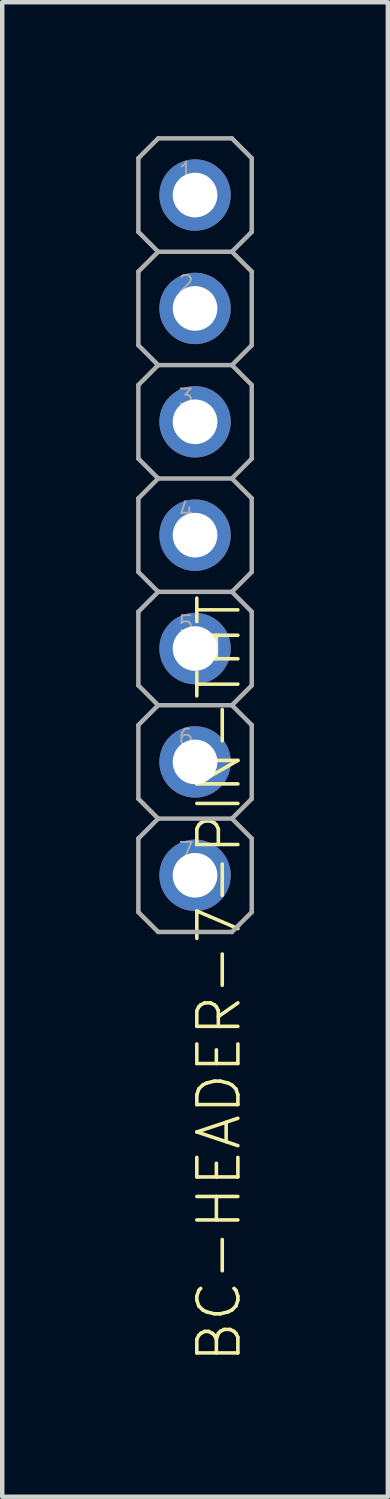
<source format=kicad_pcb>
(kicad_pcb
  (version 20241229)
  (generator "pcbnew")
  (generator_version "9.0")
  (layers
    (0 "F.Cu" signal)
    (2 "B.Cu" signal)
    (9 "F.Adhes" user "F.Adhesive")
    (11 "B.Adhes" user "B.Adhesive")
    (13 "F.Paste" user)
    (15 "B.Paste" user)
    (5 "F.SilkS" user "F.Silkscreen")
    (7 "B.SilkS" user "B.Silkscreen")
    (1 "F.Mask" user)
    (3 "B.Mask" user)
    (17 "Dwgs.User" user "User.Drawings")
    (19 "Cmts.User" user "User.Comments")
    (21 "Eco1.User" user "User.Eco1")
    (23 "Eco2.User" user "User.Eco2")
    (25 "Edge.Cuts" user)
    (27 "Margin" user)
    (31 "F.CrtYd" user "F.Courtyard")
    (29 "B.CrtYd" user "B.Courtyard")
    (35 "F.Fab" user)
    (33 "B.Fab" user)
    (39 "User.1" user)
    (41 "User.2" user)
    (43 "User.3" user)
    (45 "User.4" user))
  (footprint "BC-HEADER-7-PIN-THT"
    (layer "F.Cu")
    (at 1.32 7.67)
    (property "Reference" "BC-HEADER-7-PIN-THT" (at 0 2.54 90) (unlocked yes) (layer "F.SilkS") (effects (font (size 0.92 0.92) (thickness 0.08)) (justify right top)))
    (fp_line (start -1.27 -7.176) (end -1.27 -5.524) (stroke (width 0.1) (type solid)) (layer "F.Fab"))
    (fp_line (start -1.27 -5.524) (end -0.826 -5.08) (stroke (width 0.1) (type solid)) (layer "F.Fab"))
    (fp_line (start -1.27 -4.636) (end -1.27 -2.985) (stroke (width 0.1) (type solid)) (layer "F.Fab"))
    (fp_line (start -1.27 -2.985) (end -0.826 -2.54) (stroke (width 0.1) (type solid)) (layer "F.Fab"))
    (fp_line (start -1.27 -2.095) (end -1.27 -0.445) (stroke (width 0.1) (type solid)) (layer "F.Fab"))
    (fp_line (start -1.27 -0.445) (end -0.826 0) (stroke (width 0.1) (type solid)) (layer "F.Fab"))
    (fp_line (start -1.27 0.445) (end -1.27 2.095) (stroke (width 0.1) (type solid)) (layer "F.Fab"))
    (fp_line (start -1.27 2.095) (end -0.826 2.54) (stroke (width 0.1) (type solid)) (layer "F.Fab"))
    (fp_line (start -1.27 2.985) (end -1.27 4.636) (stroke (width 0.1) (type solid)) (layer "F.Fab"))
    (fp_line (start -1.27 4.636) (end -0.826 5.08) (stroke (width 0.1) (type solid)) (layer "F.Fab"))
    (fp_line (start -1.27 5.524) (end -1.27 7.176) (stroke (width 0.1) (type solid)) (layer "F.Fab"))
    (fp_line (start -1.27 7.176) (end -0.826 7.62) (stroke (width 0.1) (type solid)) (layer "F.Fab"))
    (fp_line (start -1.27 8.065) (end -1.27 9.716) (stroke (width 0.1) (type solid)) (layer "F.Fab"))
    (fp_line (start -1.27 9.716) (end -0.826 10.16) (stroke (width 0.1) (type solid)) (layer "F.Fab"))
    (fp_line (start -0.826 -7.62) (end -1.27 -7.176) (stroke (width 0.1) (type solid)) (layer "F.Fab"))
    (fp_line (start -0.826 -7.62) (end 0.826 -7.62) (stroke (width 0.1) (type solid)) (layer "F.Fab"))
    (fp_line (start -0.826 -5.08) (end -1.27 -4.636) (stroke (width 0.1) (type solid)) (layer "F.Fab"))
    (fp_line (start -0.826 -5.08) (end 0.826 -5.08) (stroke (width 0.1) (type solid)) (layer "F.Fab"))
    (fp_line (start -0.826 -2.54) (end -1.27 -2.095) (stroke (width 0.1) (type solid)) (layer "F.Fab"))
    (fp_line (start -0.826 -2.54) (end 0.826 -2.54) (stroke (width 0.1) (type solid)) (layer "F.Fab"))
    (fp_line (start -0.826 0) (end -1.27 0.445) (stroke (width 0.1) (type solid)) (layer "F.Fab"))
    (fp_line (start -0.826 0) (end 0.826 0) (stroke (width 0.1) (type solid)) (layer "F.Fab"))
    (fp_line (start -0.826 2.54) (end -1.27 2.985) (stroke (width 0.1) (type solid)) (layer "F.Fab"))
    (fp_line (start -0.826 2.54) (end 0.826 2.54) (stroke (width 0.1) (type solid)) (layer "F.Fab"))
    (fp_line (start -0.826 5.08) (end -1.27 5.524) (stroke (width 0.1) (type solid)) (layer "F.Fab"))
    (fp_line (start -0.826 5.08) (end 0.826 5.08) (stroke (width 0.1) (type solid)) (layer "F.Fab"))
    (fp_line (start -0.826 7.62) (end -1.27 8.065) (stroke (width 0.1) (type solid)) (layer "F.Fab"))
    (fp_line (start -0.826 7.62) (end 0.826 7.62) (stroke (width 0.1) (type solid)) (layer "F.Fab"))
    (fp_line (start -0.826 10.16) (end 0.826 10.16) (stroke (width 0.1) (type solid)) (layer "F.Fab"))
    (fp_line (start -0.31 -6.66) (end -0.31 -6.04) (stroke (width 0.1) (type solid)) (layer "F.Fab"))
    (fp_line (start -0.31 -6.04) (end 0.31 -6.04) (stroke (width 0.1) (type solid)) (layer "F.Fab"))
    (fp_line (start -0.31 -4.12) (end -0.31 -3.5) (stroke (width 0.1) (type solid)) (layer "F.Fab"))
    (fp_line (start -0.31 -3.5) (end 0.31 -3.5) (stroke (width 0.1) (type solid)) (layer "F.Fab"))
    (fp_line (start -0.31 -1.58) (end -0.31 -0.96) (stroke (width 0.1) (type solid)) (layer "F.Fab"))
    (fp_line (start -0.31 -0.96) (end 0.31 -0.96) (stroke (width 0.1) (type solid)) (layer "F.Fab"))
    (fp_line (start -0.31 0.96) (end -0.31 1.58) (stroke (width 0.1) (type solid)) (layer "F.Fab"))
    (fp_line (start -0.31 1.58) (end 0.31 1.58) (stroke (width 0.1) (type solid)) (layer "F.Fab"))
    (fp_line (start -0.31 3.5) (end -0.31 4.12) (stroke (width 0.1) (type solid)) (layer "F.Fab"))
    (fp_line (start -0.31 4.12) (end 0.31 4.12) (stroke (width 0.1) (type solid)) (layer "F.Fab"))
    (fp_line (start -0.31 6.04) (end -0.31 6.66) (stroke (width 0.1) (type solid)) (layer "F.Fab"))
    (fp_line (start -0.31 6.66) (end 0.31 6.66) (stroke (width 0.1) (type solid)) (layer "F.Fab"))
    (fp_line (start -0.31 8.58) (end -0.31 9.2) (stroke (width 0.1) (type solid)) (layer "F.Fab"))
    (fp_line (start -0.31 9.2) (end 0.31 9.2) (stroke (width 0.1) (type solid)) (layer "F.Fab"))
    (fp_line (start 0.31 -6.66) (end -0.31 -6.66) (stroke (width 0.1) (type solid)) (layer "F.Fab"))
    (fp_line (start 0.31 -6.04) (end 0.31 -6.66) (stroke (width 0.1) (type solid)) (layer "F.Fab"))
    (fp_line (start 0.31 -4.12) (end -0.31 -4.12) (stroke (width 0.1) (type solid)) (layer "F.Fab"))
    (fp_line (start 0.31 -3.5) (end 0.31 -4.12) (stroke (width 0.1) (type solid)) (layer "F.Fab"))
    (fp_line (start 0.31 -1.58) (end -0.31 -1.58) (stroke (width 0.1) (type solid)) (layer "F.Fab"))
    (fp_line (start 0.31 -0.96) (end 0.31 -1.58) (stroke (width 0.1) (type solid)) (layer "F.Fab"))
    (fp_line (start 0.31 0.96) (end -0.31 0.96) (stroke (width 0.1) (type solid)) (layer "F.Fab"))
    (fp_line (start 0.31 1.58) (end 0.31 0.96) (stroke (width 0.1) (type solid)) (layer "F.Fab"))
    (fp_line (start 0.31 3.5) (end -0.31 3.5) (stroke (width 0.1) (type solid)) (layer "F.Fab"))
    (fp_line (start 0.31 4.12) (end 0.31 3.5) (stroke (width 0.1) (type solid)) (layer "F.Fab"))
    (fp_line (start 0.31 6.04) (end -0.31 6.04) (stroke (width 0.1) (type solid)) (layer "F.Fab"))
    (fp_line (start 0.31 6.66) (end 0.31 6.04) (stroke (width 0.1) (type solid)) (layer "F.Fab"))
    (fp_line (start 0.31 8.58) (end -0.31 8.58) (stroke (width 0.1) (type solid)) (layer "F.Fab"))
    (fp_line (start 0.31 9.2) (end 0.31 8.58) (stroke (width 0.1) (type solid)) (layer "F.Fab"))
    (fp_line (start 0.826 -5.08) (end 1.27 -5.524) (stroke (width 0.1) (type solid)) (layer "F.Fab"))
    (fp_line (start 0.826 -2.54) (end 1.27 -2.985) (stroke (width 0.1) (type solid)) (layer "F.Fab"))
    (fp_line (start 0.826 0) (end 1.27 -0.445) (stroke (width 0.1) (type solid)) (layer "F.Fab"))
    (fp_line (start 0.826 2.54) (end 1.27 2.095) (stroke (width 0.1) (type solid)) (layer "F.Fab"))
    (fp_line (start 0.826 5.08) (end 1.27 4.636) (stroke (width 0.1) (type solid)) (layer "F.Fab"))
    (fp_line (start 0.826 7.62) (end 1.27 7.176) (stroke (width 0.1) (type solid)) (layer "F.Fab"))
    (fp_line (start 0.826 10.16) (end 1.27 9.716) (stroke (width 0.1) (type solid)) (layer "F.Fab"))
    (fp_line (start 1.27 -7.176) (end 0.826 -7.62) (stroke (width 0.1) (type solid)) (layer "F.Fab"))
    (fp_line (start 1.27 -5.524) (end 1.27 -7.176) (stroke (width 0.1) (type solid)) (layer "F.Fab"))
    (fp_line (start 1.27 -4.636) (end 0.826 -5.08) (stroke (width 0.1) (type solid)) (layer "F.Fab"))
    (fp_line (start 1.27 -2.985) (end 1.27 -4.636) (stroke (width 0.1) (type solid)) (layer "F.Fab"))
    (fp_line (start 1.27 -2.095) (end 0.826 -2.54) (stroke (width 0.1) (type solid)) (layer "F.Fab"))
    (fp_line (start 1.27 -0.445) (end 1.27 -2.095) (stroke (width 0.1) (type solid)) (layer "F.Fab"))
    (fp_line (start 1.27 0.445) (end 0.826 0) (stroke (width 0.1) (type solid)) (layer "F.Fab"))
    (fp_line (start 1.27 2.095) (end 1.27 0.445) (stroke (width 0.1) (type solid)) (layer "F.Fab"))
    (fp_line (start 1.27 2.985) (end 0.826 2.54) (stroke (width 0.1) (type solid)) (layer "F.Fab"))
    (fp_line (start 1.27 4.636) (end 1.27 2.985) (stroke (width 0.1) (type solid)) (layer "F.Fab"))
    (fp_line (start 1.27 5.524) (end 0.826 5.08) (stroke (width 0.1) (type solid)) (layer "F.Fab"))
    (fp_line (start 1.27 7.176) (end 1.27 5.524) (stroke (width 0.1) (type solid)) (layer "F.Fab"))
    (fp_line (start 1.27 8.065) (end 0.826 7.62) (stroke (width 0.1) (type solid)) (layer "F.Fab"))
    (fp_line (start 1.27 9.716) (end 1.27 8.065) (stroke (width 0.1) (type solid)) (layer "F.Fab"))
    (fp_text user "6" (at 0 5.588 0) (layer "F.Fab") (effects (font (size 0.366 0.366) (thickness 0.041)) (justify right top)))
    (fp_text user "7" (at 0 8.128 0) (layer "F.Fab") (effects (font (size 0.366 0.366) (thickness 0.041)) (justify right top)))
    (fp_text user "5" (at 0 3.048 0) (layer "F.Fab") (effects (font (size 0.366 0.366) (thickness 0.041)) (justify right top)))
    (fp_text user "4" (at 0 0.508 0) (layer "F.Fab") (effects (font (size 0.366 0.366) (thickness 0.041)) (justify right top)))
    (fp_text user "1" (at 0 -7.112 0) (layer "F.Fab") (effects (font (size 0.366 0.366) (thickness 0.041)) (justify right top)))
    (fp_text user "2" (at 0 -4.572 0) (layer "F.Fab") (effects (font (size 0.366 0.366) (thickness 0.041)) (justify right top)))
    (fp_text user "3" (at 0 -2.032 0) (layer "F.Fab") (effects (font (size 0.366 0.366) (thickness 0.041)) (justify right top)))
    (pad "1" thru_hole circle (at 0 -6.35 180) (size 1.6 1.6) (drill 1) (layers "*.Cu" "*.Mask"))
    (pad "2" thru_hole circle (at 0 -3.81 180) (size 1.6 1.6) (drill 1) (layers "*.Cu" "*.Mask"))
    (pad "3" thru_hole circle (at 0 -1.27 180) (size 1.6 1.6) (drill 1) (layers "*.Cu" "*.Mask"))
    (pad "4" thru_hole circle (at 0 1.27 180) (size 1.6 1.6) (drill 1) (layers "*.Cu" "*.Mask"))
    (pad "5" thru_hole circle (at 0 3.81 180) (size 1.6 1.6) (drill 1) (layers "*.Cu" "*.Mask"))
    (pad "6" thru_hole circle (at 0 6.35 180) (size 1.6 1.6) (drill 1) (layers "*.Cu" "*.Mask"))
    (pad "7" thru_hole circle (at 0 8.89 180) (size 1.6 1.6) (drill 1) (layers "*.Cu" "*.Mask")))
  (gr_rect
    (start -3 -3)
    (end 5.64 30.483)
    (stroke (width 0.1) (type default))
    (fill no)
    (layer "Edge.Cuts")))
</source>
